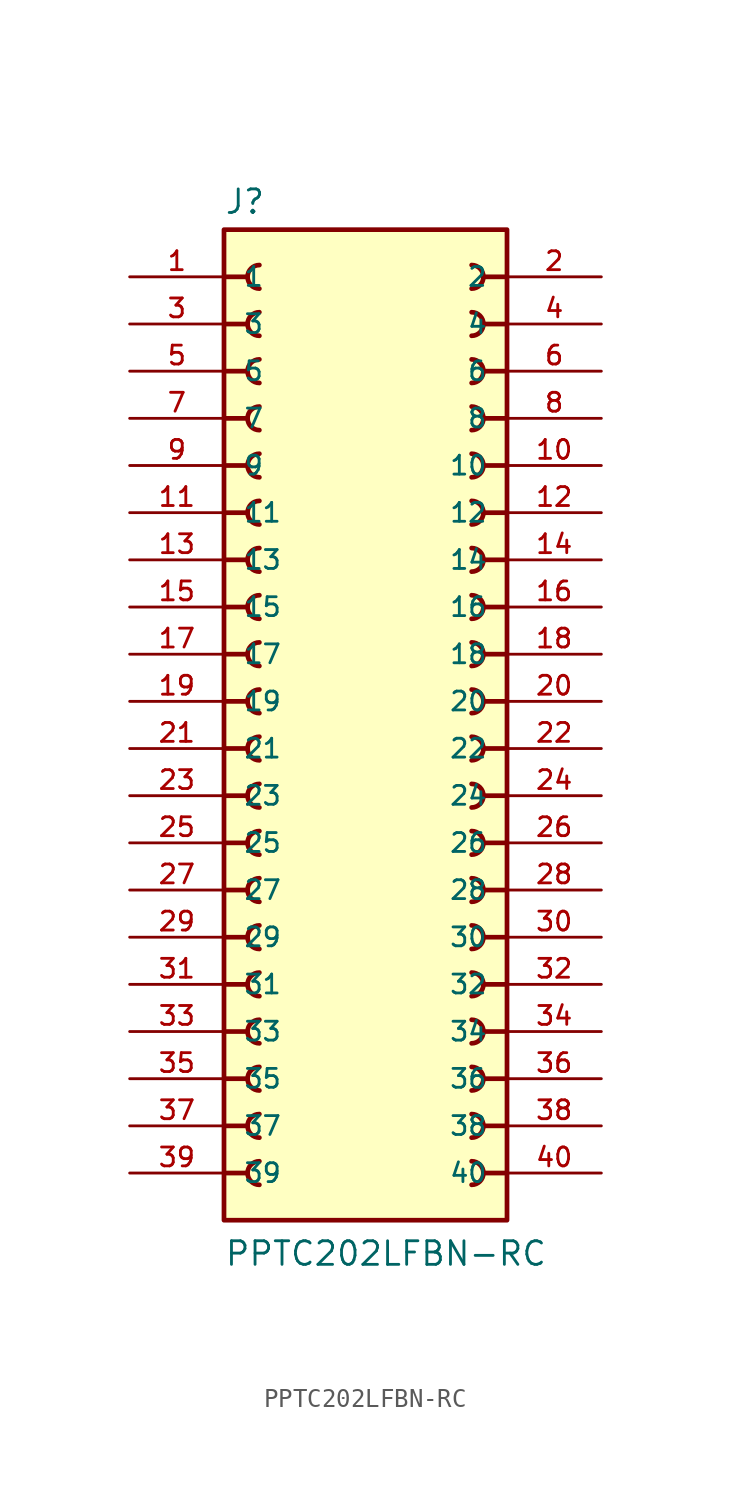
<source format=kicad_sym>
(kicad_symbol_lib
  (version 20211014)
  (generator kicad_symbol_editor)
  (symbol "PPTC202LFBN-RC"
    (pin_names
      (offset 1.016))
    (property "Reference" "J"
      (at -7.62 28.702 0)
      (effects (font (size 1.27 1.27)) (justify bottom left)))
    (property "Value" "PPTC202LFBN-RC"
      (at -7.62 -27.94 0)
      (effects (font (size 1.27 1.27)) (justify bottom left)))
    (symbol "PPTC202LFBN-RC_0_0"
      (polyline (pts (xy 7.62 25.4) (xy 6.35 25.4)) (stroke (width 0.254)))
      (arc (start 5.715 24.765) (mid 6.35 25.4) (end 5.715 26.035) (stroke (width 0.254) (type default) (color 0 0 0 0)) (fill (type none)))
      (polyline (pts (xy -7.62 25.4) (xy -6.35 25.4)) (stroke (width 0.254)))
      (arc (start -5.715 26.035) (mid -6.35 25.4) (end -5.715 24.765) (stroke (width 0.254) (type default) (color 0 0 0 0)) (fill (type none)))
      (polyline (pts (xy 7.62 22.86) (xy 6.35 22.86)) (stroke (width 0.254)))
      (arc (start 5.715 22.225) (mid 6.35 22.86) (end 5.715 23.495) (stroke (width 0.254) (type default) (color 0 0 0 0)) (fill (type none)))
      (polyline (pts (xy -7.62 22.86) (xy -6.35 22.86)) (stroke (width 0.254)))
      (arc (start -5.715 23.495) (mid -6.35 22.86) (end -5.715 22.225) (stroke (width 0.254) (type default) (color 0 0 0 0)) (fill (type none)))
      (polyline (pts (xy 7.62 20.32) (xy 6.35 20.32)) (stroke (width 0.254)))
      (arc (start 5.715 19.685) (mid 6.35 20.32) (end 5.715 20.955) (stroke (width 0.254) (type default) (color 0 0 0 0)) (fill (type none)))
      (polyline (pts (xy -7.62 20.32) (xy -6.35 20.32)) (stroke (width 0.254)))
      (arc (start -5.715 20.955) (mid -6.35 20.32) (end -5.715 19.685) (stroke (width 0.254) (type default) (color 0 0 0 0)) (fill (type none)))
      (polyline (pts (xy 7.62 17.78) (xy 6.35 17.78)) (stroke (width 0.254)))
      (arc (start 5.715 17.145) (mid 6.35 17.78) (end 5.715 18.415) (stroke (width 0.254) (type default) (color 0 0 0 0)) (fill (type none)))
      (polyline (pts (xy -7.62 17.78) (xy -6.35 17.78)) (stroke (width 0.254)))
      (arc (start -5.715 18.415) (mid -6.35 17.78) (end -5.715 17.145) (stroke (width 0.254) (type default) (color 0 0 0 0)) (fill (type none)))
      (polyline (pts (xy 7.62 15.24) (xy 6.35 15.24)) (stroke (width 0.254)))
      (arc (start 5.715 14.605) (mid 6.35 15.24) (end 5.715 15.875) (stroke (width 0.254) (type default) (color 0 0 0 0)) (fill (type none)))
      (polyline (pts (xy -7.62 15.24) (xy -6.35 15.24)) (stroke (width 0.254)))
      (arc (start -5.715 15.875) (mid -6.35 15.24) (end -5.715 14.605) (stroke (width 0.254) (type default) (color 0 0 0 0)) (fill (type none)))
      (polyline (pts (xy 7.62 12.7) (xy 6.35 12.7)) (stroke (width 0.254)))
      (arc (start 5.715 12.065) (mid 6.35 12.7) (end 5.715 13.335) (stroke (width 0.254) (type default) (color 0 0 0 0)) (fill (type none)))
      (polyline (pts (xy -7.62 12.7) (xy -6.35 12.7)) (stroke (width 0.254)))
      (arc (start -5.715 13.335) (mid -6.35 12.7) (end -5.715 12.065) (stroke (width 0.254) (type default) (color 0 0 0 0)) (fill (type none)))
      (polyline (pts (xy 7.62 10.16) (xy 6.35 10.16)) (stroke (width 0.254)))
      (arc (start 5.715 9.525) (mid 6.35 10.16) (end 5.715 10.795) (stroke (width 0.254) (type default) (color 0 0 0 0)) (fill (type none)))
      (polyline (pts (xy -7.62 10.16) (xy -6.35 10.16)) (stroke (width 0.254)))
      (arc (start -5.715 10.795) (mid -6.35 10.16) (end -5.715 9.525) (stroke (width 0.254) (type default) (color 0 0 0 0)) (fill (type none)))
      (polyline (pts (xy 7.62 7.62) (xy 6.35 7.62)) (stroke (width 0.254)))
      (arc (start 5.715 6.985) (mid 6.35 7.62) (end 5.715 8.255) (stroke (width 0.254) (type default) (color 0 0 0 0)) (fill (type none)))
      (polyline (pts (xy -7.62 7.62) (xy -6.35 7.62)) (stroke (width 0.254)))
      (arc (start -5.715 8.255) (mid -6.35 7.62) (end -5.715 6.985) (stroke (width 0.254) (type default) (color 0 0 0 0)) (fill (type none)))
      (polyline (pts (xy 7.62 5.08) (xy 6.35 5.08)) (stroke (width 0.254)))
      (arc (start 5.715 4.445) (mid 6.35 5.08) (end 5.715 5.715) (stroke (width 0.254) (type default) (color 0 0 0 0)) (fill (type none)))
      (polyline (pts (xy -7.62 5.08) (xy -6.35 5.08)) (stroke (width 0.254)))
      (arc (start -5.715 5.715) (mid -6.35 5.08) (end -5.715 4.445) (stroke (width 0.254) (type default) (color 0 0 0 0)) (fill (type none)))
      (polyline (pts (xy 7.62 2.54) (xy 6.35 2.54)) (stroke (width 0.254)))
      (arc (start 5.715 1.905) (mid 6.35 2.54) (end 5.715 3.175) (stroke (width 0.254) (type default) (color 0 0 0 0)) (fill (type none)))
      (polyline (pts (xy -7.62 2.54) (xy -6.35 2.54)) (stroke (width 0.254)))
      (arc (start -5.715 3.175) (mid -6.35 2.54) (end -5.715 1.905) (stroke (width 0.254) (type default) (color 0 0 0 0)) (fill (type none)))
      (polyline (pts (xy 7.62 0.0) (xy 6.35 0.0)) (stroke (width 0.254)))
      (arc (start 5.715 -0.635) (mid 6.35 0.0) (end 5.715 0.635) (stroke (width 0.254) (type default) (color 0 0 0 0)) (fill (type none)))
      (polyline (pts (xy -7.62 0.0) (xy -6.35 0.0)) (stroke (width 0.254)))
      (arc (start -5.715 0.635) (mid -6.35 -0.0) (end -5.715 -0.635) (stroke (width 0.254) (type default) (color 0 0 0 0)) (fill (type none)))
      (polyline (pts (xy 7.62 -2.54) (xy 6.35 -2.54)) (stroke (width 0.254)))
      (arc (start 5.715 -3.175) (mid 6.35 -2.54) (end 5.715 -1.905) (stroke (width 0.254) (type default) (color 0 0 0 0)) (fill (type none)))
      (polyline (pts (xy -7.62 -2.54) (xy -6.35 -2.54)) (stroke (width 0.254)))
      (arc (start -5.715 -1.905) (mid -6.35 -2.54) (end -5.715 -3.175) (stroke (width 0.254) (type default) (color 0 0 0 0)) (fill (type none)))
      (polyline (pts (xy 7.62 -5.08) (xy 6.35 -5.08)) (stroke (width 0.254)))
      (arc (start 5.715 -5.715) (mid 6.35 -5.08) (end 5.715 -4.445) (stroke (width 0.254) (type default) (color 0 0 0 0)) (fill (type none)))
      (polyline (pts (xy -7.62 -5.08) (xy -6.35 -5.08)) (stroke (width 0.254)))
      (arc (start -5.715 -4.445) (mid -6.35 -5.08) (end -5.715 -5.715) (stroke (width 0.254) (type default) (color 0 0 0 0)) (fill (type none)))
      (polyline (pts (xy 7.62 -7.62) (xy 6.35 -7.62)) (stroke (width 0.254)))
      (arc (start 5.715 -8.255) (mid 6.35 -7.62) (end 5.715 -6.985) (stroke (width 0.254) (type default) (color 0 0 0 0)) (fill (type none)))
      (polyline (pts (xy -7.62 -7.62) (xy -6.35 -7.62)) (stroke (width 0.254)))
      (arc (start -5.715 -6.985) (mid -6.35 -7.62) (end -5.715 -8.255) (stroke (width 0.254) (type default) (color 0 0 0 0)) (fill (type none)))
      (polyline (pts (xy 7.62 -10.16) (xy 6.35 -10.16)) (stroke (width 0.254)))
      (arc (start 5.715 -10.795) (mid 6.35 -10.16) (end 5.715 -9.525) (stroke (width 0.254) (type default) (color 0 0 0 0)) (fill (type none)))
      (polyline (pts (xy -7.62 -10.16) (xy -6.35 -10.16)) (stroke (width 0.254)))
      (arc (start -5.715 -9.525) (mid -6.35 -10.16) (end -5.715 -10.795) (stroke (width 0.254) (type default) (color 0 0 0 0)) (fill (type none)))
      (polyline (pts (xy 7.62 -12.7) (xy 6.35 -12.7)) (stroke (width 0.254)))
      (arc (start 5.715 -13.335) (mid 6.35 -12.7) (end 5.715 -12.065) (stroke (width 0.254) (type default) (color 0 0 0 0)) (fill (type none)))
      (polyline (pts (xy -7.62 -12.7) (xy -6.35 -12.7)) (stroke (width 0.254)))
      (arc (start -5.715 -12.065) (mid -6.35 -12.7) (end -5.715 -13.335) (stroke (width 0.254) (type default) (color 0 0 0 0)) (fill (type none)))
      (polyline (pts (xy 7.62 -15.24) (xy 6.35 -15.24)) (stroke (width 0.254)))
      (arc (start 5.715 -15.875) (mid 6.35 -15.24) (end 5.715 -14.605) (stroke (width 0.254) (type default) (color 0 0 0 0)) (fill (type none)))
      (polyline (pts (xy -7.62 -15.24) (xy -6.35 -15.24)) (stroke (width 0.254)))
      (arc (start -5.715 -14.605) (mid -6.35 -15.24) (end -5.715 -15.875) (stroke (width 0.254) (type default) (color 0 0 0 0)) (fill (type none)))
      (polyline (pts (xy 7.62 -17.78) (xy 6.35 -17.78)) (stroke (width 0.254)))
      (arc (start 5.715 -18.415) (mid 6.35 -17.78) (end 5.715 -17.145) (stroke (width 0.254) (type default) (color 0 0 0 0)) (fill (type none)))
      (polyline (pts (xy -7.62 -17.78) (xy -6.35 -17.78)) (stroke (width 0.254)))
      (arc (start -5.715 -17.145) (mid -6.35 -17.78) (end -5.715 -18.415) (stroke (width 0.254) (type default) (color 0 0 0 0)) (fill (type none)))
      (polyline (pts (xy 7.62 -20.32) (xy 6.35 -20.32)) (stroke (width 0.254)))
      (arc (start 5.715 -20.955) (mid 6.35 -20.32) (end 5.715 -19.685) (stroke (width 0.254) (type default) (color 0 0 0 0)) (fill (type none)))
      (polyline (pts (xy -7.62 -20.32) (xy -6.35 -20.32)) (stroke (width 0.254)))
      (arc (start -5.715 -19.685) (mid -6.35 -20.32) (end -5.715 -20.955) (stroke (width 0.254) (type default) (color 0 0 0 0)) (fill (type none)))
      (polyline (pts (xy 7.62 -22.86) (xy 6.35 -22.86)) (stroke (width 0.254)))
      (arc (start 5.715 -23.495) (mid 6.35 -22.86) (end 5.715 -22.225) (stroke (width 0.254) (type default) (color 0 0 0 0)) (fill (type none)))
      (polyline (pts (xy -7.62 -22.86) (xy -6.35 -22.86)) (stroke (width 0.254)))
      (arc (start -5.715 -22.225) (mid -6.35 -22.86) (end -5.715 -23.495) (stroke (width 0.254) (type default) (color 0 0 0 0)) (fill (type none)))
      (rectangle (start -7.62 -25.4) (end 7.62 27.94) (stroke (width 0.254)) (fill (type background)))
      (pin passive line (at -12.7 25.4 0) (length 5.08) (name "1" (effects (font (size 1.016 1.016)))) (number "1" (effects (font (size 1.016 1.016)))))
      (pin passive line (at 12.7 25.4 180.0) (length 5.08) (name "2" (effects (font (size 1.016 1.016)))) (number "2" (effects (font (size 1.016 1.016)))))
      (pin passive line (at -12.7 22.86 0) (length 5.08) (name "3" (effects (font (size 1.016 1.016)))) (number "3" (effects (font (size 1.016 1.016)))))
      (pin passive line (at 12.7 22.86 180.0) (length 5.08) (name "4" (effects (font (size 1.016 1.016)))) (number "4" (effects (font (size 1.016 1.016)))))
      (pin passive line (at -12.7 20.32 0) (length 5.08) (name "5" (effects (font (size 1.016 1.016)))) (number "5" (effects (font (size 1.016 1.016)))))
      (pin passive line (at 12.7 20.32 180.0) (length 5.08) (name "6" (effects (font (size 1.016 1.016)))) (number "6" (effects (font (size 1.016 1.016)))))
      (pin passive line (at -12.7 17.78 0) (length 5.08) (name "7" (effects (font (size 1.016 1.016)))) (number "7" (effects (font (size 1.016 1.016)))))
      (pin passive line (at 12.7 17.78 180.0) (length 5.08) (name "8" (effects (font (size 1.016 1.016)))) (number "8" (effects (font (size 1.016 1.016)))))
      (pin passive line (at -12.7 15.24 0) (length 5.08) (name "9" (effects (font (size 1.016 1.016)))) (number "9" (effects (font (size 1.016 1.016)))))
      (pin passive line (at 12.7 15.24 180.0) (length 5.08) (name "10" (effects (font (size 1.016 1.016)))) (number "10" (effects (font (size 1.016 1.016)))))
      (pin passive line (at -12.7 12.7 0) (length 5.08) (name "11" (effects (font (size 1.016 1.016)))) (number "11" (effects (font (size 1.016 1.016)))))
      (pin passive line (at 12.7 12.7 180.0) (length 5.08) (name "12" (effects (font (size 1.016 1.016)))) (number "12" (effects (font (size 1.016 1.016)))))
      (pin passive line (at -12.7 10.16 0) (length 5.08) (name "13" (effects (font (size 1.016 1.016)))) (number "13" (effects (font (size 1.016 1.016)))))
      (pin passive line (at 12.7 10.16 180.0) (length 5.08) (name "14" (effects (font (size 1.016 1.016)))) (number "14" (effects (font (size 1.016 1.016)))))
      (pin passive line (at -12.7 7.62 0) (length 5.08) (name "15" (effects (font (size 1.016 1.016)))) (number "15" (effects (font (size 1.016 1.016)))))
      (pin passive line (at 12.7 7.62 180.0) (length 5.08) (name "16" (effects (font (size 1.016 1.016)))) (number "16" (effects (font (size 1.016 1.016)))))
      (pin passive line (at -12.7 5.08 0) (length 5.08) (name "17" (effects (font (size 1.016 1.016)))) (number "17" (effects (font (size 1.016 1.016)))))
      (pin passive line (at 12.7 5.08 180.0) (length 5.08) (name "18" (effects (font (size 1.016 1.016)))) (number "18" (effects (font (size 1.016 1.016)))))
      (pin passive line (at -12.7 2.54 0) (length 5.08) (name "19" (effects (font (size 1.016 1.016)))) (number "19" (effects (font (size 1.016 1.016)))))
      (pin passive line (at 12.7 2.54 180.0) (length 5.08) (name "20" (effects (font (size 1.016 1.016)))) (number "20" (effects (font (size 1.016 1.016)))))
      (pin passive line (at -12.7 0.0 0) (length 5.08) (name "21" (effects (font (size 1.016 1.016)))) (number "21" (effects (font (size 1.016 1.016)))))
      (pin passive line (at 12.7 0.0 180.0) (length 5.08) (name "22" (effects (font (size 1.016 1.016)))) (number "22" (effects (font (size 1.016 1.016)))))
      (pin passive line (at -12.7 -2.54 0) (length 5.08) (name "23" (effects (font (size 1.016 1.016)))) (number "23" (effects (font (size 1.016 1.016)))))
      (pin passive line (at 12.7 -2.54 180.0) (length 5.08) (name "24" (effects (font (size 1.016 1.016)))) (number "24" (effects (font (size 1.016 1.016)))))
      (pin passive line (at -12.7 -5.08 0) (length 5.08) (name "25" (effects (font (size 1.016 1.016)))) (number "25" (effects (font (size 1.016 1.016)))))
      (pin passive line (at 12.7 -5.08 180.0) (length 5.08) (name "26" (effects (font (size 1.016 1.016)))) (number "26" (effects (font (size 1.016 1.016)))))
      (pin passive line (at -12.7 -7.62 0) (length 5.08) (name "27" (effects (font (size 1.016 1.016)))) (number "27" (effects (font (size 1.016 1.016)))))
      (pin passive line (at 12.7 -7.62 180.0) (length 5.08) (name "28" (effects (font (size 1.016 1.016)))) (number "28" (effects (font (size 1.016 1.016)))))
      (pin passive line (at -12.7 -10.16 0) (length 5.08) (name "29" (effects (font (size 1.016 1.016)))) (number "29" (effects (font (size 1.016 1.016)))))
      (pin passive line (at 12.7 -10.16 180.0) (length 5.08) (name "30" (effects (font (size 1.016 1.016)))) (number "30" (effects (font (size 1.016 1.016)))))
      (pin passive line (at -12.7 -12.7 0) (length 5.08) (name "31" (effects (font (size 1.016 1.016)))) (number "31" (effects (font (size 1.016 1.016)))))
      (pin passive line (at 12.7 -12.7 180.0) (length 5.08) (name "32" (effects (font (size 1.016 1.016)))) (number "32" (effects (font (size 1.016 1.016)))))
      (pin passive line (at -12.7 -15.24 0) (length 5.08) (name "33" (effects (font (size 1.016 1.016)))) (number "33" (effects (font (size 1.016 1.016)))))
      (pin passive line (at 12.7 -15.24 180.0) (length 5.08) (name "34" (effects (font (size 1.016 1.016)))) (number "34" (effects (font (size 1.016 1.016)))))
      (pin passive line (at -12.7 -17.78 0) (length 5.08) (name "35" (effects (font (size 1.016 1.016)))) (number "35" (effects (font (size 1.016 1.016)))))
      (pin passive line (at 12.7 -17.78 180.0) (length 5.08) (name "36" (effects (font (size 1.016 1.016)))) (number "36" (effects (font (size 1.016 1.016)))))
      (pin passive line (at -12.7 -20.32 0) (length 5.08) (name "37" (effects (font (size 1.016 1.016)))) (number "37" (effects (font (size 1.016 1.016)))))
      (pin passive line (at 12.7 -20.32 180.0) (length 5.08) (name "38" (effects (font (size 1.016 1.016)))) (number "38" (effects (font (size 1.016 1.016)))))
      (pin passive line (at -12.7 -22.86 0) (length 5.08) (name "39" (effects (font (size 1.016 1.016)))) (number "39" (effects (font (size 1.016 1.016)))))
      (pin passive line (at 12.7 -22.86 180.0) (length 5.08) (name "40" (effects (font (size 1.016 1.016)))) (number "40" (effects (font (size 1.016 1.016))))))))
</source>
